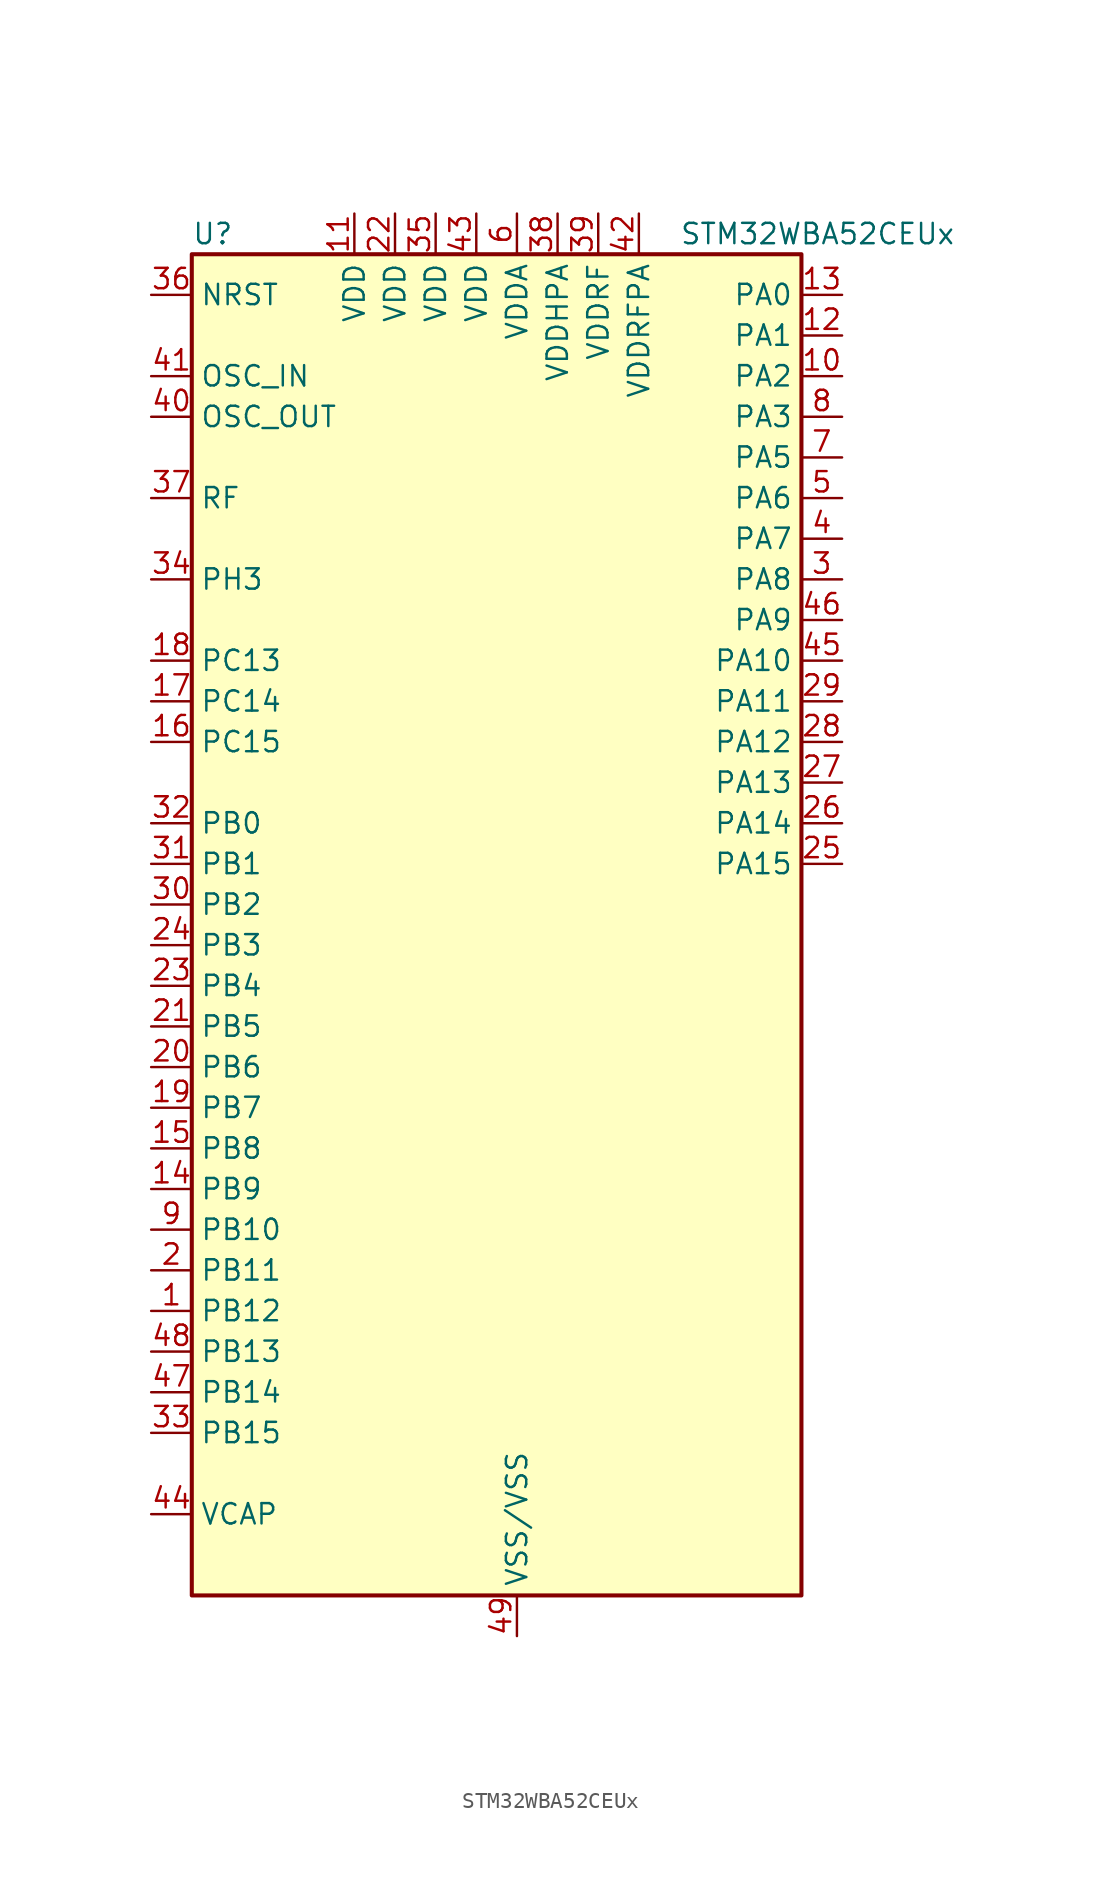
<source format=kicad_sym>
(kicad_symbol_lib
  (version 20231120)
  (generator "kicad_symbol_editor")
  (generator_version "8.0")
  (symbol "STM32WBA52CEUx"
    (property "Reference" "U"
      (at -17.78 44.45 0)
      (effects (font (size 1.27 1.27)) (justify left)))
    (property "Value" "STM32WBA52CEUx"
      (at 12.7 44.45 0)
      (effects (font (size 1.27 1.27)) (justify left)))
    (property "ki_locked" ""
      (at 0 0 0)
      (effects (font (size 1.27 1.27))))
    (symbol "STM32WBA52CEUx_0_1"
      (rectangle (start -17.78 -40.64) (end 20.32 43.18) (stroke (width 0.254) (type default)) (fill (type background))))
    (symbol "STM32WBA52CEUx_1_1"
      (pin bidirectional line (at -20.32 -22.86 0) (length 2.54) (name "PB12" (effects (font (size 1.27 1.27)))) (number "1" (effects (font (size 1.27 1.27)))) (alternate "SPI1_RDY" bidirectional line) (alternate "TIM2_CH1" bidirectional line) (alternate "TIM2_ETR" bidirectional line) (alternate "TIM3_ETR" bidirectional line) (alternate "TSC_SYNC" bidirectional line) (alternate "USART1_TX" bidirectional line))
      (pin bidirectional line (at 22.86 35.56 180) (length 2.54) (name "PA2" (effects (font (size 1.27 1.27)))) (number "10" (effects (font (size 1.27 1.27)))) (alternate "ADC4_IN7" bidirectional line) (alternate "LPUART1_TX" bidirectional line) (alternate "PWR_WKUP4" bidirectional line) (alternate "RCC_LSCO" bidirectional line) (alternate "TIM16_CH1" bidirectional line) (alternate "TIM1_BKIN" bidirectional line) (alternate "TIM3_CH1" bidirectional line) (alternate "TSC_G4_IO4" bidirectional line) (alternate "USART1_DE" bidirectional line) (alternate "USART1_RTS" bidirectional line))
      (pin power_in line (at -7.62 45.72 270) (length 2.54) (name "VDD" (effects (font (size 1.27 1.27)))) (number "11" (effects (font (size 1.27 1.27)))))
      (pin bidirectional line (at 22.86 38.1 180) (length 2.54) (name "PA1" (effects (font (size 1.27 1.27)))) (number "12" (effects (font (size 1.27 1.27)))) (alternate "ADC4_IN8" bidirectional line) (alternate "LPTIM2_CH2" bidirectional line) (alternate "LPUART1_RX" bidirectional line) (alternate "PWR_WKUP3" bidirectional line) (alternate "SPI1_RDY" bidirectional line) (alternate "TIM17_CH1" bidirectional line) (alternate "TIM1_CH1N" bidirectional line) (alternate "TIM3_CH2" bidirectional line) (alternate "TSC_G2_IO1" bidirectional line) (alternate "USART1_CK" bidirectional line))
      (pin bidirectional line (at 22.86 40.64 180) (length 2.54) (name "PA0" (effects (font (size 1.27 1.27)))) (number "13" (effects (font (size 1.27 1.27)))) (alternate "ADC4_IN9" bidirectional line) (alternate "LPTIM1_IN1" bidirectional line) (alternate "LPUART1_CTS" bidirectional line) (alternate "PWR_WKUP1" bidirectional line) (alternate "SPI3_SCK" bidirectional line) (alternate "TIM1_CH2N" bidirectional line) (alternate "TIM3_CH3" bidirectional line) (alternate "TIM3_ETR" bidirectional line) (alternate "TSC_G2_IO2" bidirectional line))
      (pin bidirectional line (at -20.32 -15.24 0) (length 2.54) (name "PB9" (effects (font (size 1.27 1.27)))) (number "14" (effects (font (size 1.27 1.27)))) (alternate "ADC4_IN10" bidirectional line) (alternate "IR_OUT" bidirectional line) (alternate "LPTIM2_IN1" bidirectional line) (alternate "LPUART1_DE" bidirectional line) (alternate "LPUART1_RTS" bidirectional line) (alternate "PWR_WKUP8" bidirectional line) (alternate "SPI3_MISO" bidirectional line) (alternate "TIM16_CH1" bidirectional line) (alternate "TIM1_CH3N" bidirectional line) (alternate "TIM3_CH4" bidirectional line) (alternate "TSC_G2_IO3" bidirectional line))
      (pin bidirectional line (at -20.32 -12.7 0) (length 2.54) (name "PB8" (effects (font (size 1.27 1.27)))) (number "15" (effects (font (size 1.27 1.27)))) (alternate "LPTIM1_ETR" bidirectional line) (alternate "PWR_PVD_IN" bidirectional line) (alternate "SPI3_MOSI" bidirectional line) (alternate "TIM16_CH1N" bidirectional line) (alternate "TIM1_CH1" bidirectional line) (alternate "TIM3_ETR" bidirectional line) (alternate "TSC_G2_IO4" bidirectional line) (alternate "USART2_RX" bidirectional line))
      (pin bidirectional line (at -20.32 12.7 0) (length 2.54) (name "PC15" (effects (font (size 1.27 1.27)))) (number "16" (effects (font (size 1.27 1.27)))) (alternate "ADC4_EXTI15" bidirectional line) (alternate "RCC_OSC32_OUT" bidirectional line))
      (pin bidirectional line (at -20.32 15.24 0) (length 2.54) (name "PC14" (effects (font (size 1.27 1.27)))) (number "17" (effects (font (size 1.27 1.27)))) (alternate "RCC_OSC32_IN" bidirectional line))
      (pin bidirectional line (at -20.32 17.78 0) (length 2.54) (name "PC13" (effects (font (size 1.27 1.27)))) (number "18" (effects (font (size 1.27 1.27)))) (alternate "PWR_WKUP2" bidirectional line) (alternate "RTC_OUT1" bidirectional line) (alternate "RTC_TS" bidirectional line) (alternate "TAMP_IN4" bidirectional line) (alternate "TAMP_OUT5" bidirectional line) (alternate "TIM1_BKIN2" bidirectional line) (alternate "TSC_G5_IO1" bidirectional line))
      (pin bidirectional line (at -20.32 -10.16 0) (length 2.54) (name "PB7" (effects (font (size 1.27 1.27)))) (number "19" (effects (font (size 1.27 1.27)))) (alternate "PWR_WKUP5" bidirectional line) (alternate "TAMP_IN5" bidirectional line) (alternate "TAMP_OUT4" bidirectional line) (alternate "TIM1_CH4N" bidirectional line) (alternate "TSC_G5_IO2" bidirectional line))
      (pin bidirectional line (at -20.32 -20.32 0) (length 2.54) (name "PB11" (effects (font (size 1.27 1.27)))) (number "2" (effects (font (size 1.27 1.27)))) (alternate "LPTIM1_CH1" bidirectional line) (alternate "LPTIM1_ETR" bidirectional line) (alternate "LPUART1_TX" bidirectional line))
      (pin bidirectional line (at -20.32 -7.62 0) (length 2.54) (name "PB6" (effects (font (size 1.27 1.27)))) (number "20" (effects (font (size 1.27 1.27)))) (alternate "PWR_WKUP3" bidirectional line) (alternate "TIM2_CH1" bidirectional line) (alternate "TIM2_ETR" bidirectional line) (alternate "TSC_G5_IO3" bidirectional line))
      (pin bidirectional line (at -20.32 -5.08 0) (length 2.54) (name "PB5" (effects (font (size 1.27 1.27)))) (number "21" (effects (font (size 1.27 1.27)))) (alternate "LPUART1_TX" bidirectional line) (alternate "TIM3_CH1" bidirectional line) (alternate "TSC_G5_IO4" bidirectional line))
      (pin power_in line (at -5.08 45.72 270) (length 2.54) (name "VDD" (effects (font (size 1.27 1.27)))) (number "22" (effects (font (size 1.27 1.27)))))
      (pin bidirectional line (at -20.32 -2.54 0) (length 2.54) (name "PB4" (effects (font (size 1.27 1.27)))) (number "23" (effects (font (size 1.27 1.27)))) (alternate "DEBUG_JTRST" bidirectional line) (alternate "LPTIM2_IN2" bidirectional line) (alternate "SPI1_SCK" bidirectional line) (alternate "TIM17_CH1" bidirectional line) (alternate "TIM1_CH3" bidirectional line) (alternate "TSC_G3_IO1" bidirectional line) (alternate "USART2_RX" bidirectional line))
      (pin bidirectional line (at -20.32 0 0) (length 2.54) (name "PB3" (effects (font (size 1.27 1.27)))) (number "24" (effects (font (size 1.27 1.27)))) (alternate "DEBUG_JTDO-SWO" bidirectional line) (alternate "I2C1_SDA" bidirectional line) (alternate "LPTIM1_IN2" bidirectional line) (alternate "SPI1_MISO" bidirectional line) (alternate "TIM17_CH1N" bidirectional line) (alternate "TIM1_CH4" bidirectional line) (alternate "TSC_G3_IO2" bidirectional line) (alternate "USART2_CK" bidirectional line))
      (pin bidirectional line (at 22.86 5.08 180) (length 2.54) (name "PA15" (effects (font (size 1.27 1.27)))) (number "25" (effects (font (size 1.27 1.27)))) (alternate "ADC4_EXTI15" bidirectional line) (alternate "DEBUG_JTDI" bidirectional line) (alternate "I2C1_SCL" bidirectional line) (alternate "LPTIM1_CH2" bidirectional line) (alternate "SPI1_MOSI" bidirectional line) (alternate "TIM17_BKIN" bidirectional line) (alternate "TIM1_ETR" bidirectional line) (alternate "TSC_G3_IO3" bidirectional line) (alternate "USART2_DE" bidirectional line) (alternate "USART2_RTS" bidirectional line))
      (pin bidirectional line (at 22.86 7.62 180) (length 2.54) (name "PA14" (effects (font (size 1.27 1.27)))) (number "26" (effects (font (size 1.27 1.27)))) (alternate "DEBUG_JTCK-SWCLK" bidirectional line) (alternate "TAMP_IN3" bidirectional line) (alternate "TAMP_OUT6" bidirectional line) (alternate "USART2_TX" bidirectional line))
      (pin bidirectional line (at 22.86 10.16 180) (length 2.54) (name "PA13" (effects (font (size 1.27 1.27)))) (number "27" (effects (font (size 1.27 1.27)))) (alternate "DEBUG_JTMS-SWDIO" bidirectional line) (alternate "IR_OUT" bidirectional line))
      (pin bidirectional line (at 22.86 12.7 180) (length 2.54) (name "PA12" (effects (font (size 1.27 1.27)))) (number "28" (effects (font (size 1.27 1.27)))) (alternate "PWR_WKUP6" bidirectional line) (alternate "RF_ANTSW0" bidirectional line) (alternate "SPI1_NSS" bidirectional line) (alternate "TIM1_CH2" bidirectional line) (alternate "TSC_G3_IO4" bidirectional line) (alternate "USART2_TX" bidirectional line))
      (pin bidirectional line (at 22.86 15.24 180) (length 2.54) (name "PA11" (effects (font (size 1.27 1.27)))) (number "29" (effects (font (size 1.27 1.27)))) (alternate "LPTIM2_CH1" bidirectional line) (alternate "RF_ANTSW1" bidirectional line) (alternate "TIM1_CH1" bidirectional line) (alternate "USART2_RX" bidirectional line))
      (pin bidirectional line (at 22.86 22.86 180) (length 2.54) (name "PA8" (effects (font (size 1.27 1.27)))) (number "3" (effects (font (size 1.27 1.27)))) (alternate "ADC4_IN1" bidirectional line) (alternate "LPTIM1_CH2" bidirectional line) (alternate "RCC_MCO" bidirectional line) (alternate "SPI3_RDY" bidirectional line) (alternate "TIM2_CH2" bidirectional line) (alternate "TSC_G1_IO1" bidirectional line) (alternate "USART1_RX" bidirectional line))
      (pin bidirectional line (at -20.32 2.54 0) (length 2.54) (name "PB2" (effects (font (size 1.27 1.27)))) (number "30" (effects (font (size 1.27 1.27)))) (alternate "I2C1_SCL" bidirectional line) (alternate "I2C3_SCL" bidirectional line) (alternate "PWR_WKUP1" bidirectional line) (alternate "RF_ANTSW2" bidirectional line) (alternate "RTC_OUT2" bidirectional line) (alternate "TIM1_CH1N" bidirectional line) (alternate "USART2_CTS" bidirectional line))
      (pin bidirectional line (at -20.32 5.08 0) (length 2.54) (name "PB1" (effects (font (size 1.27 1.27)))) (number "31" (effects (font (size 1.27 1.27)))) (alternate "I2C1_SDA" bidirectional line) (alternate "I2C3_SDA" bidirectional line) (alternate "PWR_WKUP4" bidirectional line) (alternate "TIM1_CH2N" bidirectional line) (alternate "USART2_DE" bidirectional line) (alternate "USART2_RTS" bidirectional line))
      (pin bidirectional line (at -20.32 7.62 0) (length 2.54) (name "PB0" (effects (font (size 1.27 1.27)))) (number "32" (effects (font (size 1.27 1.27)))) (alternate "LPTIM2_IN2" bidirectional line) (alternate "TIM1_CH3N" bidirectional line) (alternate "USART2_TX" bidirectional line))
      (pin bidirectional line (at -20.32 -30.48 0) (length 2.54) (name "PB15" (effects (font (size 1.27 1.27)))) (number "33" (effects (font (size 1.27 1.27)))) (alternate "ADC4_EXTI15" bidirectional line) (alternate "I2C1_SMBA" bidirectional line) (alternate "I2C3_SMBA" bidirectional line) (alternate "LPUART1_CTS" bidirectional line) (alternate "TIM16_BKIN" bidirectional line) (alternate "TIM1_BKIN2" bidirectional line) (alternate "USART2_CTS" bidirectional line))
      (pin bidirectional line (at -20.32 22.86 0) (length 2.54) (name "PH3" (effects (font (size 1.27 1.27)))) (number "34" (effects (font (size 1.27 1.27)))) (alternate "TAMP_IN2" bidirectional line) (alternate "TAMP_OUT1" bidirectional line))
      (pin power_in line (at -2.54 45.72 270) (length 2.54) (name "VDD" (effects (font (size 1.27 1.27)))) (number "35" (effects (font (size 1.27 1.27)))))
      (pin input line (at -20.32 40.64 0) (length 2.54) (name "NRST" (effects (font (size 1.27 1.27)))) (number "36" (effects (font (size 1.27 1.27)))))
      (pin bidirectional line (at -20.32 27.94 0) (length 2.54) (name "RF" (effects (font (size 1.27 1.27)))) (number "37" (effects (font (size 1.27 1.27)))))
      (pin power_in line (at 5.08 45.72 270) (length 2.54) (name "VDDHPA" (effects (font (size 1.27 1.27)))) (number "38" (effects (font (size 1.27 1.27)))))
      (pin power_in line (at 7.62 45.72 270) (length 2.54) (name "VDDRF" (effects (font (size 1.27 1.27)))) (number "39" (effects (font (size 1.27 1.27)))))
      (pin bidirectional line (at 22.86 25.4 180) (length 2.54) (name "PA7" (effects (font (size 1.27 1.27)))) (number "4" (effects (font (size 1.27 1.27)))) (alternate "ADC4_IN2" bidirectional line) (alternate "I2C3_SDA" bidirectional line) (alternate "PWR_WKUP8" bidirectional line) (alternate "TAMP_IN1" bidirectional line) (alternate "TAMP_OUT2" bidirectional line) (alternate "TIM2_CH3" bidirectional line) (alternate "TSC_G1_IO2" bidirectional line) (alternate "USART1_CTS" bidirectional line))
      (pin input line (at -20.32 33.02 0) (length 2.54) (name "OSC_OUT" (effects (font (size 1.27 1.27)))) (number "40" (effects (font (size 1.27 1.27)))) (alternate "RCC_OSC_OUT" bidirectional line))
      (pin input line (at -20.32 35.56 0) (length 2.54) (name "OSC_IN" (effects (font (size 1.27 1.27)))) (number "41" (effects (font (size 1.27 1.27)))) (alternate "RCC_OSC_IN" bidirectional line))
      (pin power_in line (at 10.16 45.72 270) (length 2.54) (name "VDDRFPA" (effects (font (size 1.27 1.27)))) (number "42" (effects (font (size 1.27 1.27)))))
      (pin power_in line (at 0 45.72 270) (length 2.54) (name "VDD" (effects (font (size 1.27 1.27)))) (number "43" (effects (font (size 1.27 1.27)))))
      (pin power_out line (at -20.32 -35.56 0) (length 2.54) (name "VCAP" (effects (font (size 1.27 1.27)))) (number "44" (effects (font (size 1.27 1.27)))))
      (pin bidirectional line (at 22.86 17.78 180) (length 2.54) (name "PA10" (effects (font (size 1.27 1.27)))) (number "45" (effects (font (size 1.27 1.27)))) (alternate "LPUART1_RX" bidirectional line) (alternate "TIM3_CH1" bidirectional line))
      (pin bidirectional line (at 22.86 20.32 180) (length 2.54) (name "PA9" (effects (font (size 1.27 1.27)))) (number "46" (effects (font (size 1.27 1.27)))) (alternate "LPUART1_DE" bidirectional line) (alternate "LPUART1_RTS" bidirectional line) (alternate "TIM3_CH2" bidirectional line))
      (pin bidirectional line (at -20.32 -27.94 0) (length 2.54) (name "PB14" (effects (font (size 1.27 1.27)))) (number "47" (effects (font (size 1.27 1.27)))) (alternate "PWR_WKUP7" bidirectional line) (alternate "RTC_REFIN" bidirectional line) (alternate "TIM3_CH3" bidirectional line) (alternate "TSC_G6_IO1" bidirectional line) (alternate "USART1_TX" bidirectional line))
      (pin bidirectional line (at -20.32 -25.4 0) (length 2.54) (name "PB13" (effects (font (size 1.27 1.27)))) (number "48" (effects (font (size 1.27 1.27)))) (alternate "TIM3_CH4" bidirectional line) (alternate "TSC_G6_IO2" bidirectional line))
      (pin power_in line (at 2.54 -43.18 90) (length 2.54) (name "VSS/VSS" (effects (font (size 1.27 1.27)))) (number "49" (effects (font (size 1.27 1.27)))))
      (pin bidirectional line (at 22.86 27.94 180) (length 2.54) (name "PA6" (effects (font (size 1.27 1.27)))) (number "5" (effects (font (size 1.27 1.27)))) (alternate "ADC4_IN3" bidirectional line) (alternate "I2C3_SCL" bidirectional line) (alternate "PWR_CSTOP" bidirectional line) (alternate "PWR_WKUP7" bidirectional line) (alternate "SPI3_RDY" bidirectional line) (alternate "TIM2_CH4" bidirectional line) (alternate "TSC_G1_IO3" bidirectional line) (alternate "USART1_DE" bidirectional line) (alternate "USART1_RTS" bidirectional line))
      (pin power_in line (at 2.54 45.72 270) (length 2.54) (name "VDDA" (effects (font (size 1.27 1.27)))) (number "6" (effects (font (size 1.27 1.27)))))
      (pin bidirectional line (at 22.86 30.48 180) (length 2.54) (name "PA5" (effects (font (size 1.27 1.27)))) (number "7" (effects (font (size 1.27 1.27)))) (alternate "ADC4_IN4" bidirectional line) (alternate "LPTIM2_ETR" bidirectional line) (alternate "PWR_CSLEEP" bidirectional line) (alternate "PWR_WKUP6" bidirectional line) (alternate "SPI3_NSS" bidirectional line) (alternate "TIM2_CH1" bidirectional line) (alternate "TIM2_ETR" bidirectional line) (alternate "TSC_G1_IO4" bidirectional line) (alternate "USART1_CK" bidirectional line))
      (pin bidirectional line (at 22.86 33.02 180) (length 2.54) (name "PA3" (effects (font (size 1.27 1.27)))) (number "8" (effects (font (size 1.27 1.27)))) (alternate "ADC4_IN6" bidirectional line) (alternate "PWR_WKUP5" bidirectional line) (alternate "TIM16_CH1N" bidirectional line) (alternate "TSC_G4_IO2" bidirectional line) (alternate "USART1_DE" bidirectional line) (alternate "USART1_RTS" bidirectional line))
      (pin bidirectional line (at -20.32 -17.78 0) (length 2.54) (name "PB10" (effects (font (size 1.27 1.27)))) (number "9" (effects (font (size 1.27 1.27)))) (alternate "TIM16_BKIN" bidirectional line) (alternate "TSC_G4_IO3" bidirectional line) (alternate "USART1_CK" bidirectional line)))))
</source>
